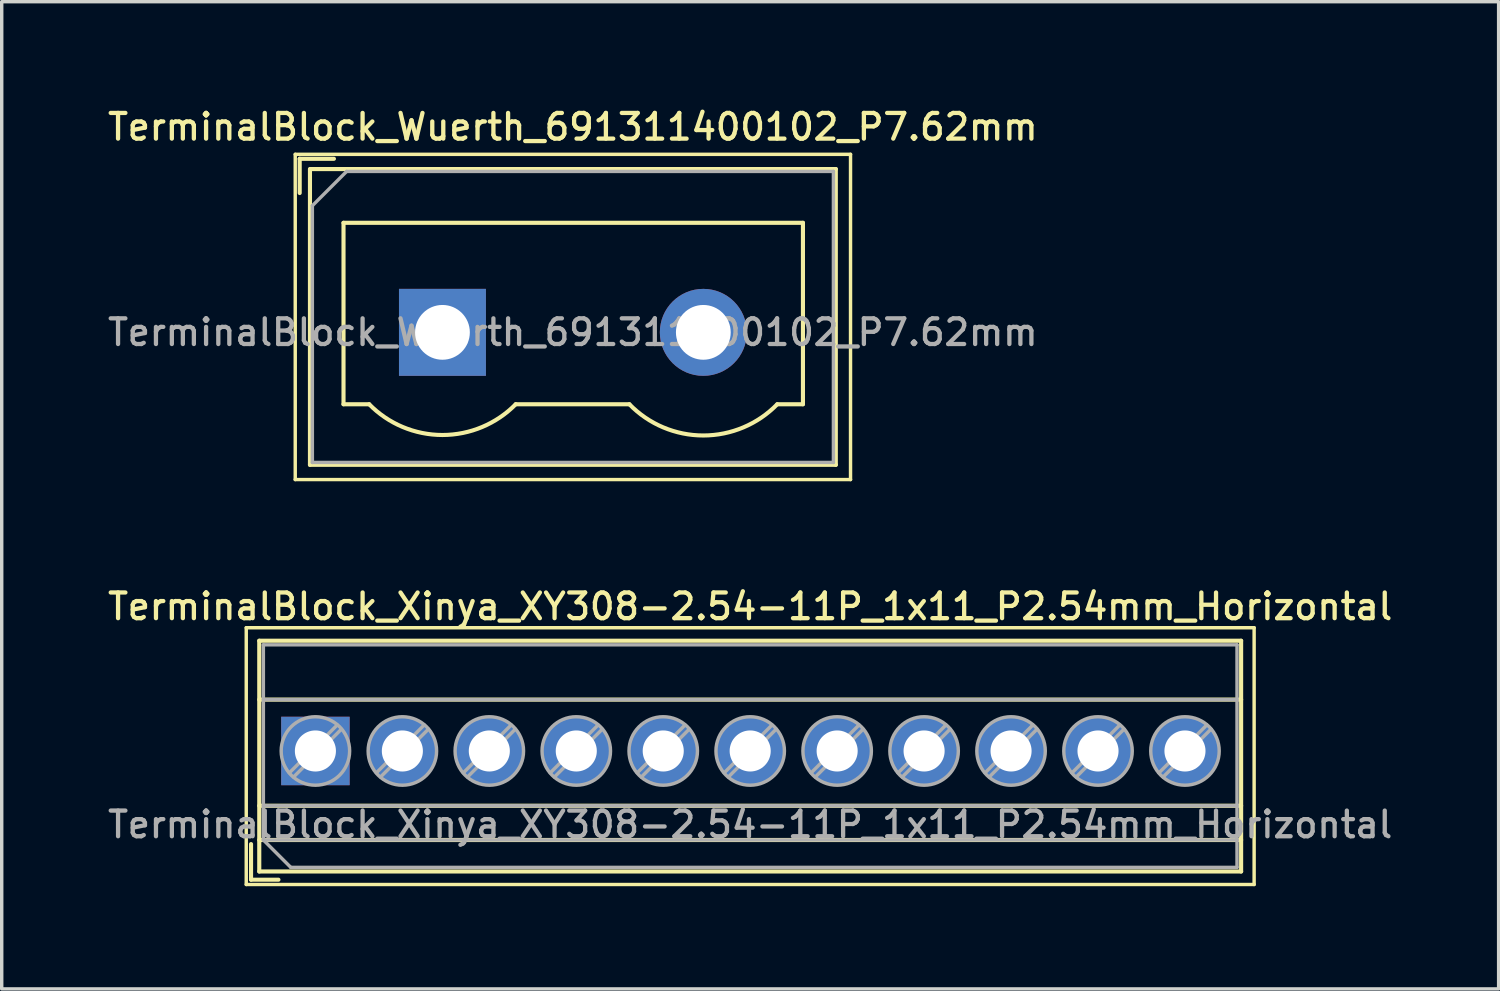
<source format=kicad_pcb>
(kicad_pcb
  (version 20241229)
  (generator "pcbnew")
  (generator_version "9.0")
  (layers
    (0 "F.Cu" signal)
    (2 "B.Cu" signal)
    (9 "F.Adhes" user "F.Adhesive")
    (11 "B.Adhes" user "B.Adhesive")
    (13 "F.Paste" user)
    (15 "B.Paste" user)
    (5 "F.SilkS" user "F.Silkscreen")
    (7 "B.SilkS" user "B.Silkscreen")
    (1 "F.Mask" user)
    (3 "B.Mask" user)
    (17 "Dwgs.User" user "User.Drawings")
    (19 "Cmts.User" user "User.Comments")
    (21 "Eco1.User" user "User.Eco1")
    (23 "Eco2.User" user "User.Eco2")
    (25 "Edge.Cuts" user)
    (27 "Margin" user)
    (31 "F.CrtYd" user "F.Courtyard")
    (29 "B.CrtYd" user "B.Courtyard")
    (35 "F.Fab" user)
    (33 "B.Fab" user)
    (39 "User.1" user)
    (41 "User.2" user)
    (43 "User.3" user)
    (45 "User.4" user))
  (footprint "TerminalBlock_Wuerth_691311400102_P7.62mm"
    (layer "F.Cu")
    (at 9.874 6.658)
    (property "Reference" "TerminalBlock_Wuerth_691311400102_P7.62mm" (at 3.81 -6 0) (layer "F.SilkS") (effects (font (size 0.75 0.75) (thickness 0.125))))
    (attr through_hole)
    (fp_line (start -4.3 -5.2) (end 11.92 -5.2) (stroke (width 0.1) (type solid)) (layer "F.SilkS"))
    (fp_line (start -4.3 4.3) (end -4.3 -5.2) (stroke (width 0.1) (type solid)) (layer "F.SilkS"))
    (fp_line (start -4.17 -5.07) (end -4.17 -4.07) (stroke (width 0.12) (type solid)) (layer "F.SilkS"))
    (fp_line (start -4.17 -5.07) (end -3.17 -5.07) (stroke (width 0.12) (type solid)) (layer "F.SilkS"))
    (fp_line (start -3.87 3.87) (end -3.87 -4.77) (stroke (width 0.12) (type solid)) (layer "F.SilkS"))
    (fp_line (start -3.86 -4.77) (end 11.49 -4.77) (stroke (width 0.12) (type solid)) (layer "F.SilkS"))
    (fp_line (start -2.89 -3.2) (end -2.89 2.1) (stroke (width 0.12) (type solid)) (layer "F.SilkS"))
    (fp_line (start -2.89 2.1) (end -2.14 2.1) (stroke (width 0.12) (type solid)) (layer "F.SilkS"))
    (fp_line (start 2.14 2.1) (end 5.46 2.1) (stroke (width 0.12) (type solid)) (layer "F.SilkS"))
    (fp_line (start 9.78 2.1) (end 10.53 2.1) (stroke (width 0.12) (type solid)) (layer "F.SilkS"))
    (fp_line (start 10.53 -3.2) (end -2.89 -3.2) (stroke (width 0.12) (type solid)) (layer "F.SilkS"))
    (fp_line (start 10.53 2.1) (end 10.53 -3.2) (stroke (width 0.12) (type solid)) (layer "F.SilkS"))
    (fp_line (start 11.49 -4.77) (end 11.49 3.87) (stroke (width 0.12) (type solid)) (layer "F.SilkS"))
    (fp_line (start 11.49 3.87) (end -3.87 3.87) (stroke (width 0.12) (type solid)) (layer "F.SilkS"))
    (fp_line (start 11.92 -5.2) (end 11.92 4.3) (stroke (width 0.1) (type solid)) (layer "F.SilkS"))
    (fp_line (start 11.92 4.3) (end -4.3 4.3) (stroke (width 0.1) (type solid)) (layer "F.SilkS"))
    (fp_arc (start 2.140696 2.099291) (mid 0.000497 2.998266) (end -2.14 2.1) (stroke (width 0.12) (type solid)) (layer "F.SilkS"))
    (fp_arc (start 9.779492 2.100522) (mid 7.619636 3.012573) (end 5.46 2.1) (stroke (width 0.12) (type solid)) (layer "F.SilkS"))
    (fp_line (start -3.8 -3.7) (end -2.8 -4.7) (stroke (width 0.1) (type solid)) (layer "F.Fab"))
    (fp_line (start -3.8 3.8) (end -3.8 -3.7) (stroke (width 0.1) (type solid)) (layer "F.Fab"))
    (fp_line (start -2.8 -4.7) (end 11.42 -4.7) (stroke (width 0.1) (type solid)) (layer "F.Fab"))
    (fp_line (start 11.42 -4.7) (end 11.42 3.8) (stroke (width 0.1) (type solid)) (layer "F.Fab"))
    (fp_line (start 11.42 3.8) (end -3.8 3.8) (stroke (width 0.1) (type solid)) (layer "F.Fab"))
    (fp_text user "${REFERENCE}" (at 3.81 0 0) (layer "F.Fab") (effects (font (size 0.75 0.75) (thickness 0.125))))
    (pad "1" thru_hole rect (at 0 0) (size 2.54 2.54) (drill 1.6) (layers "*.Cu" "*.Mask"))
    (pad "2" thru_hole circle (at 7.62 0) (size 2.54 2.54) (drill 1.6) (layers "*.Cu" "*.Mask")))
  (footprint "TerminalBlock_Xinya_XY308-2.54-11P_1x11_P2.54mm_Horizontal"
    (layer "F.Cu")
    (at 6.163 18.886)
    (property "Reference" "TerminalBlock_Xinya_XY308-2.54-11P_1x11_P2.54mm_Horizontal" (at 12.7 -4.22 0) (layer "F.SilkS") (effects (font (size 0.75 0.75) (thickness 0.125))))
    (attr through_hole)
    (fp_line (start -2.02 -3.6) (end -2.02 3.9) (stroke (width 0.1) (type solid)) (layer "F.SilkS"))
    (fp_line (start -2.02 3.9) (end 27.42 3.9) (stroke (width 0.1) (type solid)) (layer "F.SilkS"))
    (fp_line (start -1.88 2.72) (end -1.88 3.76) (stroke (width 0.12) (type solid)) (layer "F.SilkS"))
    (fp_line (start -1.88 3.76) (end -1.08 3.76) (stroke (width 0.12) (type solid)) (layer "F.SilkS"))
    (fp_line (start -1.64 -3.22) (end -1.64 3.52) (stroke (width 0.12) (type solid)) (layer "F.SilkS"))
    (fp_line (start -1.64 -3.22) (end 27.04 -3.22) (stroke (width 0.12) (type solid)) (layer "F.SilkS"))
    (fp_line (start -1.64 -1.501) (end 27.04 -1.501) (stroke (width 0.12) (type solid)) (layer "F.SilkS"))
    (fp_line (start -1.64 1.6) (end 27.04 1.6) (stroke (width 0.12) (type solid)) (layer "F.SilkS"))
    (fp_line (start -1.64 2.6) (end 27.04 2.6) (stroke (width 0.12) (type solid)) (layer "F.SilkS"))
    (fp_line (start -1.64 3.52) (end 27.04 3.52) (stroke (width 0.12) (type solid)) (layer "F.SilkS"))
    (fp_line (start 27.04 -3.22) (end 27.04 3.52) (stroke (width 0.12) (type solid)) (layer "F.SilkS"))
    (fp_line (start 27.42 -3.6) (end -2.02 -3.6) (stroke (width 0.1) (type solid)) (layer "F.SilkS"))
    (fp_line (start 27.42 3.9) (end 27.42 -3.6) (stroke (width 0.1) (type solid)) (layer "F.SilkS"))
    (fp_line (start -1.52 -3.1) (end 26.92 -3.1) (stroke (width 0.1) (type solid)) (layer "F.Fab"))
    (fp_line (start -1.52 -1.5) (end 26.92 -1.5) (stroke (width 0.1) (type solid)) (layer "F.Fab"))
    (fp_line (start -1.52 1.6) (end 26.92 1.6) (stroke (width 0.1) (type solid)) (layer "F.Fab"))
    (fp_line (start -1.52 2.6) (end -1.52 -3.1) (stroke (width 0.1) (type solid)) (layer "F.Fab"))
    (fp_line (start -1.52 2.6) (end 26.92 2.6) (stroke (width 0.1) (type solid)) (layer "F.Fab"))
    (fp_line (start -0.72 3.4) (end -1.52 2.6) (stroke (width 0.1) (type solid)) (layer "F.Fab"))
    (fp_line (start 0.637 -0.759) (end -0.759 0.637) (stroke (width 0.1) (type solid)) (layer "F.Fab"))
    (fp_line (start 0.759 -0.637) (end -0.637 0.759) (stroke (width 0.1) (type solid)) (layer "F.Fab"))
    (fp_line (start 3.177 -0.759) (end 1.782 0.637) (stroke (width 0.1) (type solid)) (layer "F.Fab"))
    (fp_line (start 3.299 -0.637) (end 1.904 0.759) (stroke (width 0.1) (type solid)) (layer "F.Fab"))
    (fp_line (start 5.717 -0.759) (end 4.322 0.637) (stroke (width 0.1) (type solid)) (layer "F.Fab"))
    (fp_line (start 5.839 -0.637) (end 4.444 0.759) (stroke (width 0.1) (type solid)) (layer "F.Fab"))
    (fp_line (start 8.257 -0.759) (end 6.862 0.637) (stroke (width 0.1) (type solid)) (layer "F.Fab"))
    (fp_line (start 8.379 -0.637) (end 6.984 0.759) (stroke (width 0.1) (type solid)) (layer "F.Fab"))
    (fp_line (start 10.797 -0.759) (end 9.402 0.637) (stroke (width 0.1) (type solid)) (layer "F.Fab"))
    (fp_line (start 10.919 -0.637) (end 9.524 0.759) (stroke (width 0.1) (type solid)) (layer "F.Fab"))
    (fp_line (start 13.337 -0.759) (end 11.942 0.637) (stroke (width 0.1) (type solid)) (layer "F.Fab"))
    (fp_line (start 13.459 -0.637) (end 12.064 0.759) (stroke (width 0.1) (type solid)) (layer "F.Fab"))
    (fp_line (start 15.877 -0.759) (end 14.482 0.637) (stroke (width 0.1) (type solid)) (layer "F.Fab"))
    (fp_line (start 15.999 -0.637) (end 14.604 0.759) (stroke (width 0.1) (type solid)) (layer "F.Fab"))
    (fp_line (start 18.417 -0.759) (end 17.022 0.637) (stroke (width 0.1) (type solid)) (layer "F.Fab"))
    (fp_line (start 18.539 -0.637) (end 17.144 0.759) (stroke (width 0.1) (type solid)) (layer "F.Fab"))
    (fp_line (start 20.957 -0.759) (end 19.562 0.637) (stroke (width 0.1) (type solid)) (layer "F.Fab"))
    (fp_line (start 21.079 -0.637) (end 19.684 0.759) (stroke (width 0.1) (type solid)) (layer "F.Fab"))
    (fp_line (start 23.497 -0.759) (end 22.102 0.637) (stroke (width 0.1) (type solid)) (layer "F.Fab"))
    (fp_line (start 23.619 -0.637) (end 22.224 0.759) (stroke (width 0.1) (type solid)) (layer "F.Fab"))
    (fp_line (start 26.037 -0.759) (end 24.642 0.637) (stroke (width 0.1) (type solid)) (layer "F.Fab"))
    (fp_line (start 26.159 -0.637) (end 24.764 0.759) (stroke (width 0.1) (type solid)) (layer "F.Fab"))
    (fp_line (start 26.92 -3.1) (end 26.92 3.4) (stroke (width 0.1) (type solid)) (layer "F.Fab"))
    (fp_line (start 26.92 3.4) (end -0.72 3.4) (stroke (width 0.1) (type solid)) (layer "F.Fab"))
    (fp_circle (center 0 0) (end 1 0) (stroke (width 0.1) (type solid)) (fill no) (layer "F.Fab"))
    (fp_circle (center 2.54 0) (end 3.54 0) (stroke (width 0.1) (type solid)) (fill no) (layer "F.Fab"))
    (fp_circle (center 5.08 0) (end 6.08 0) (stroke (width 0.1) (type solid)) (fill no) (layer "F.Fab"))
    (fp_circle (center 7.62 0) (end 8.62 0) (stroke (width 0.1) (type solid)) (fill no) (layer "F.Fab"))
    (fp_circle (center 10.16 0) (end 11.16 0) (stroke (width 0.1) (type solid)) (fill no) (layer "F.Fab"))
    (fp_circle (center 12.7 0) (end 13.7 0) (stroke (width 0.1) (type solid)) (fill no) (layer "F.Fab"))
    (fp_circle (center 15.24 0) (end 16.24 0) (stroke (width 0.1) (type solid)) (fill no) (layer "F.Fab"))
    (fp_circle (center 17.78 0) (end 18.78 0) (stroke (width 0.1) (type solid)) (fill no) (layer "F.Fab"))
    (fp_circle (center 20.32 0) (end 21.32 0) (stroke (width 0.1) (type solid)) (fill no) (layer "F.Fab"))
    (fp_circle (center 22.86 0) (end 23.86 0) (stroke (width 0.1) (type solid)) (fill no) (layer "F.Fab"))
    (fp_circle (center 25.4 0) (end 26.4 0) (stroke (width 0.1) (type solid)) (fill no) (layer "F.Fab"))
    (fp_text user "${REFERENCE}" (at 12.7 2.15 0) (layer "F.Fab") (effects (font (size 0.75 0.75) (thickness 0.125))))
    (pad "1" thru_hole rect (at 0 0) (size 2 2) (drill 1.2) (layers "*.Cu" "*.Mask"))
    (pad "2" thru_hole circle (at 2.54 0) (size 2 2) (drill 1.2) (layers "*.Cu" "*.Mask"))
    (pad "3" thru_hole circle (at 5.08 0) (size 2 2) (drill 1.2) (layers "*.Cu" "*.Mask"))
    (pad "4" thru_hole circle (at 7.62 0) (size 2 2) (drill 1.2) (layers "*.Cu" "*.Mask"))
    (pad "5" thru_hole circle (at 10.16 0) (size 2 2) (drill 1.2) (layers "*.Cu" "*.Mask"))
    (pad "6" thru_hole circle (at 12.7 0) (size 2 2) (drill 1.2) (layers "*.Cu" "*.Mask"))
    (pad "7" thru_hole circle (at 15.24 0) (size 2 2) (drill 1.2) (layers "*.Cu" "*.Mask"))
    (pad "8" thru_hole circle (at 17.78 0) (size 2 2) (drill 1.2) (layers "*.Cu" "*.Mask"))
    (pad "9" thru_hole circle (at 20.32 0) (size 2 2) (drill 1.2) (layers "*.Cu" "*.Mask"))
    (pad "10" thru_hole circle (at 22.86 0) (size 2 2) (drill 1.2) (layers "*.Cu" "*.Mask"))
    (pad "11" thru_hole circle (at 25.4 0) (size 2 2) (drill 1.2) (layers "*.Cu" "*.Mask")))
  (gr_rect
    (start -3 -3)
    (end 40.725 25.836)
    (stroke (width 0.1) (type default))
    (fill no)
    (layer "Edge.Cuts")))
</source>
